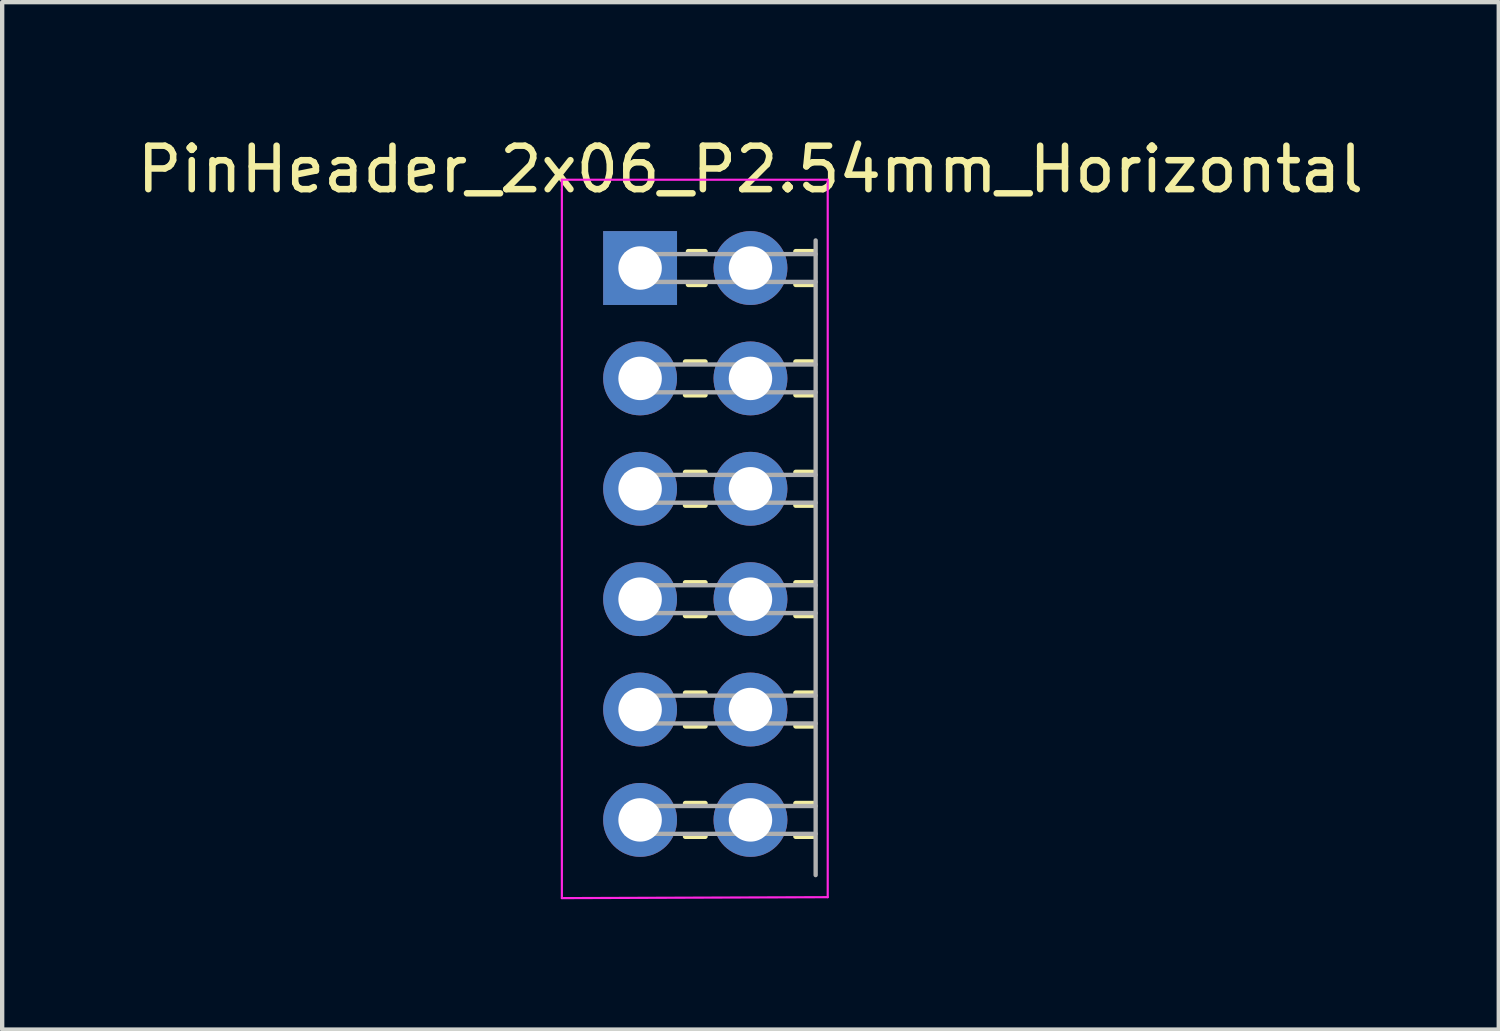
<source format=kicad_pcb>
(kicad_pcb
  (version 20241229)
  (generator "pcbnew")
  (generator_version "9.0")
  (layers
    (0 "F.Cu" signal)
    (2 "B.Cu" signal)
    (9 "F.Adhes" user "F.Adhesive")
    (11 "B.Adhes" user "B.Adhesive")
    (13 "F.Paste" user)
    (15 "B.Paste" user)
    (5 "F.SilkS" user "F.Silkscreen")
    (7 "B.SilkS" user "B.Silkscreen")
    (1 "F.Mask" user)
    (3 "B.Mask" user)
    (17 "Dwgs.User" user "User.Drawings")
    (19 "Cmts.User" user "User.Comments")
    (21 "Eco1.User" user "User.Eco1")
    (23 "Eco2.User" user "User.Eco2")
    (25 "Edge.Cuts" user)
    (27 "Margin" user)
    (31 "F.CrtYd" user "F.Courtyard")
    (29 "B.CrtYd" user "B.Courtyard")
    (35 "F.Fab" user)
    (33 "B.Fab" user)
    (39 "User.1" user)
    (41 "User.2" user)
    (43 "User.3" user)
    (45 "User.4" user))
  (footprint "PinHeader_2x06_P2.54mm_Horizontal"
    (layer "F.Cu")
    (at 11.68 3.118)
    (property "Reference" "PinHeader_2x06_P2.54mm_Horizontal" (at 2.54 -2.27 0) (layer "F.SilkS") (effects (font (size 1 1) (thickness 0.15))))
    (attr through_hole)
    (fp_line (start 1.043 2.16) (end 1.497 2.16) (stroke (width 0.12) (type solid)) (layer "F.SilkS"))
    (fp_line (start 1.043 2.92) (end 1.497 2.92) (stroke (width 0.12) (type solid)) (layer "F.SilkS"))
    (fp_line (start 1.043 4.7) (end 1.497 4.7) (stroke (width 0.12) (type solid)) (layer "F.SilkS"))
    (fp_line (start 1.043 5.46) (end 1.497 5.46) (stroke (width 0.12) (type solid)) (layer "F.SilkS"))
    (fp_line (start 1.043 7.24) (end 1.497 7.24) (stroke (width 0.12) (type solid)) (layer "F.SilkS"))
    (fp_line (start 1.043 8) (end 1.497 8) (stroke (width 0.12) (type solid)) (layer "F.SilkS"))
    (fp_line (start 1.043 9.78) (end 1.497 9.78) (stroke (width 0.12) (type solid)) (layer "F.SilkS"))
    (fp_line (start 1.043 10.54) (end 1.497 10.54) (stroke (width 0.12) (type solid)) (layer "F.SilkS"))
    (fp_line (start 1.043 12.32) (end 1.497 12.32) (stroke (width 0.12) (type solid)) (layer "F.SilkS"))
    (fp_line (start 1.043 13.08) (end 1.497 13.08) (stroke (width 0.12) (type solid)) (layer "F.SilkS"))
    (fp_line (start 1.11 -0.38) (end 1.497 -0.38) (stroke (width 0.12) (type solid)) (layer "F.SilkS"))
    (fp_line (start 1.11 0.38) (end 1.497 0.38) (stroke (width 0.12) (type solid)) (layer "F.SilkS"))
    (fp_line (start 3.583 -0.38) (end 3.98 -0.38) (stroke (width 0.12) (type solid)) (layer "F.SilkS"))
    (fp_line (start 3.583 0.38) (end 3.98 0.38) (stroke (width 0.12) (type solid)) (layer "F.SilkS"))
    (fp_line (start 3.583 2.16) (end 3.98 2.16) (stroke (width 0.12) (type solid)) (layer "F.SilkS"))
    (fp_line (start 3.583 2.92) (end 3.98 2.92) (stroke (width 0.12) (type solid)) (layer "F.SilkS"))
    (fp_line (start 3.583 4.7) (end 3.98 4.7) (stroke (width 0.12) (type solid)) (layer "F.SilkS"))
    (fp_line (start 3.583 5.46) (end 3.98 5.46) (stroke (width 0.12) (type solid)) (layer "F.SilkS"))
    (fp_line (start 3.583 7.24) (end 3.98 7.24) (stroke (width 0.12) (type solid)) (layer "F.SilkS"))
    (fp_line (start 3.583 8) (end 3.98 8) (stroke (width 0.12) (type solid)) (layer "F.SilkS"))
    (fp_line (start 3.583 9.78) (end 3.98 9.78) (stroke (width 0.12) (type solid)) (layer "F.SilkS"))
    (fp_line (start 3.583 10.54) (end 3.98 10.54) (stroke (width 0.12) (type solid)) (layer "F.SilkS"))
    (fp_line (start 3.583 12.32) (end 3.98 12.32) (stroke (width 0.12) (type solid)) (layer "F.SilkS"))
    (fp_line (start 3.583 13.08) (end 3.98 13.08) (stroke (width 0.12) (type solid)) (layer "F.SilkS"))
    (fp_line (start -1.8 -2.032) (end -1.8 -1.8) (stroke (width 0.05) (type solid)) (layer "F.CrtYd"))
    (fp_line (start -1.8 -1.8) (end -1.8 14.5) (stroke (width 0.05) (type solid)) (layer "F.CrtYd"))
    (fp_line (start -1.8 14.5) (end 4.318 14.478) (stroke (width 0.05) (type solid)) (layer "F.CrtYd"))
    (fp_line (start 4.318 -2.032) (end -1.8 -2.032) (stroke (width 0.05) (type solid)) (layer "F.CrtYd"))
    (fp_line (start 4.318 14.478) (end 4.318 -2.032) (stroke (width 0.05) (type solid)) (layer "F.CrtYd"))
    (fp_line (start -0.32 -0.32) (end -0.32 0.32) (stroke (width 0.1) (type solid)) (layer "F.Fab"))
    (fp_line (start -0.32 -0.32) (end 4.04 -0.32) (stroke (width 0.1) (type solid)) (layer "F.Fab"))
    (fp_line (start -0.32 0.32) (end 4.04 0.32) (stroke (width 0.1) (type solid)) (layer "F.Fab"))
    (fp_line (start -0.32 2.22) (end -0.32 2.86) (stroke (width 0.1) (type solid)) (layer "F.Fab"))
    (fp_line (start -0.32 2.22) (end 4.04 2.22) (stroke (width 0.1) (type solid)) (layer "F.Fab"))
    (fp_line (start -0.32 2.86) (end 4.04 2.86) (stroke (width 0.1) (type solid)) (layer "F.Fab"))
    (fp_line (start -0.32 4.76) (end -0.32 5.4) (stroke (width 0.1) (type solid)) (layer "F.Fab"))
    (fp_line (start -0.32 4.76) (end 4.04 4.76) (stroke (width 0.1) (type solid)) (layer "F.Fab"))
    (fp_line (start -0.32 5.4) (end 4.04 5.4) (stroke (width 0.1) (type solid)) (layer "F.Fab"))
    (fp_line (start -0.32 7.3) (end -0.32 7.94) (stroke (width 0.1) (type solid)) (layer "F.Fab"))
    (fp_line (start -0.32 7.3) (end 4.04 7.3) (stroke (width 0.1) (type solid)) (layer "F.Fab"))
    (fp_line (start -0.32 7.94) (end 4.04 7.94) (stroke (width 0.1) (type solid)) (layer "F.Fab"))
    (fp_line (start -0.32 9.84) (end -0.32 10.48) (stroke (width 0.1) (type solid)) (layer "F.Fab"))
    (fp_line (start -0.32 9.84) (end 4.04 9.84) (stroke (width 0.1) (type solid)) (layer "F.Fab"))
    (fp_line (start -0.32 10.48) (end 4.04 10.48) (stroke (width 0.1) (type solid)) (layer "F.Fab"))
    (fp_line (start -0.32 12.38) (end -0.32 13.02) (stroke (width 0.1) (type solid)) (layer "F.Fab"))
    (fp_line (start -0.32 12.38) (end 4.04 12.38) (stroke (width 0.1) (type solid)) (layer "F.Fab"))
    (fp_line (start -0.32 13.02) (end 4.04 13.02) (stroke (width 0.1) (type solid)) (layer "F.Fab"))
    (fp_line (start 4.04 13.97) (end 4.04 -0.635) (stroke (width 0.1) (type solid)) (layer "F.Fab"))
    (pad "1" thru_hole rect (at 0 0 180) (size 1.7 1.7) (drill 1) (layers "*.Cu" "*.Mask"))
    (pad "2" thru_hole oval (at 0 2.54 180) (size 1.7 1.7) (drill 1) (layers "*.Cu" "*.Mask"))
    (pad "3" thru_hole oval (at 0 5.08 180) (size 1.7 1.7) (drill 1) (layers "*.Cu" "*.Mask"))
    (pad "4" thru_hole oval (at 0 7.62 180) (size 1.7 1.7) (drill 1) (layers "*.Cu" "*.Mask"))
    (pad "5" thru_hole oval (at 0 10.16 180) (size 1.7 1.7) (drill 1) (layers "*.Cu" "*.Mask"))
    (pad "6" thru_hole oval (at 0 12.7 180) (size 1.7 1.7) (drill 1) (layers "*.Cu" "*.Mask"))
    (pad "7" thru_hole circle (at 2.54 0 180) (size 1.7 1.7) (drill 1) (layers "*.Cu" "*.Mask"))
    (pad "8" thru_hole oval (at 2.54 2.54 180) (size 1.7 1.7) (drill 1) (layers "*.Cu" "*.Mask"))
    (pad "9" thru_hole oval (at 2.54 5.08 180) (size 1.7 1.7) (drill 1) (layers "*.Cu" "*.Mask"))
    (pad "10" thru_hole oval (at 2.54 7.62 180) (size 1.7 1.7) (drill 1) (layers "*.Cu" "*.Mask"))
    (pad "11" thru_hole oval (at 2.54 10.16 180) (size 1.7 1.7) (drill 1) (layers "*.Cu" "*.Mask"))
    (pad "12" thru_hole oval (at 2.54 12.7 180) (size 1.7 1.7) (drill 1) (layers "*.Cu" "*.Mask")))
  (gr_rect
    (start -3 -3)
    (end 31.44 20.643)
    (stroke (width 0.1) (type default))
    (fill no)
    (layer "Edge.Cuts")))
</source>
